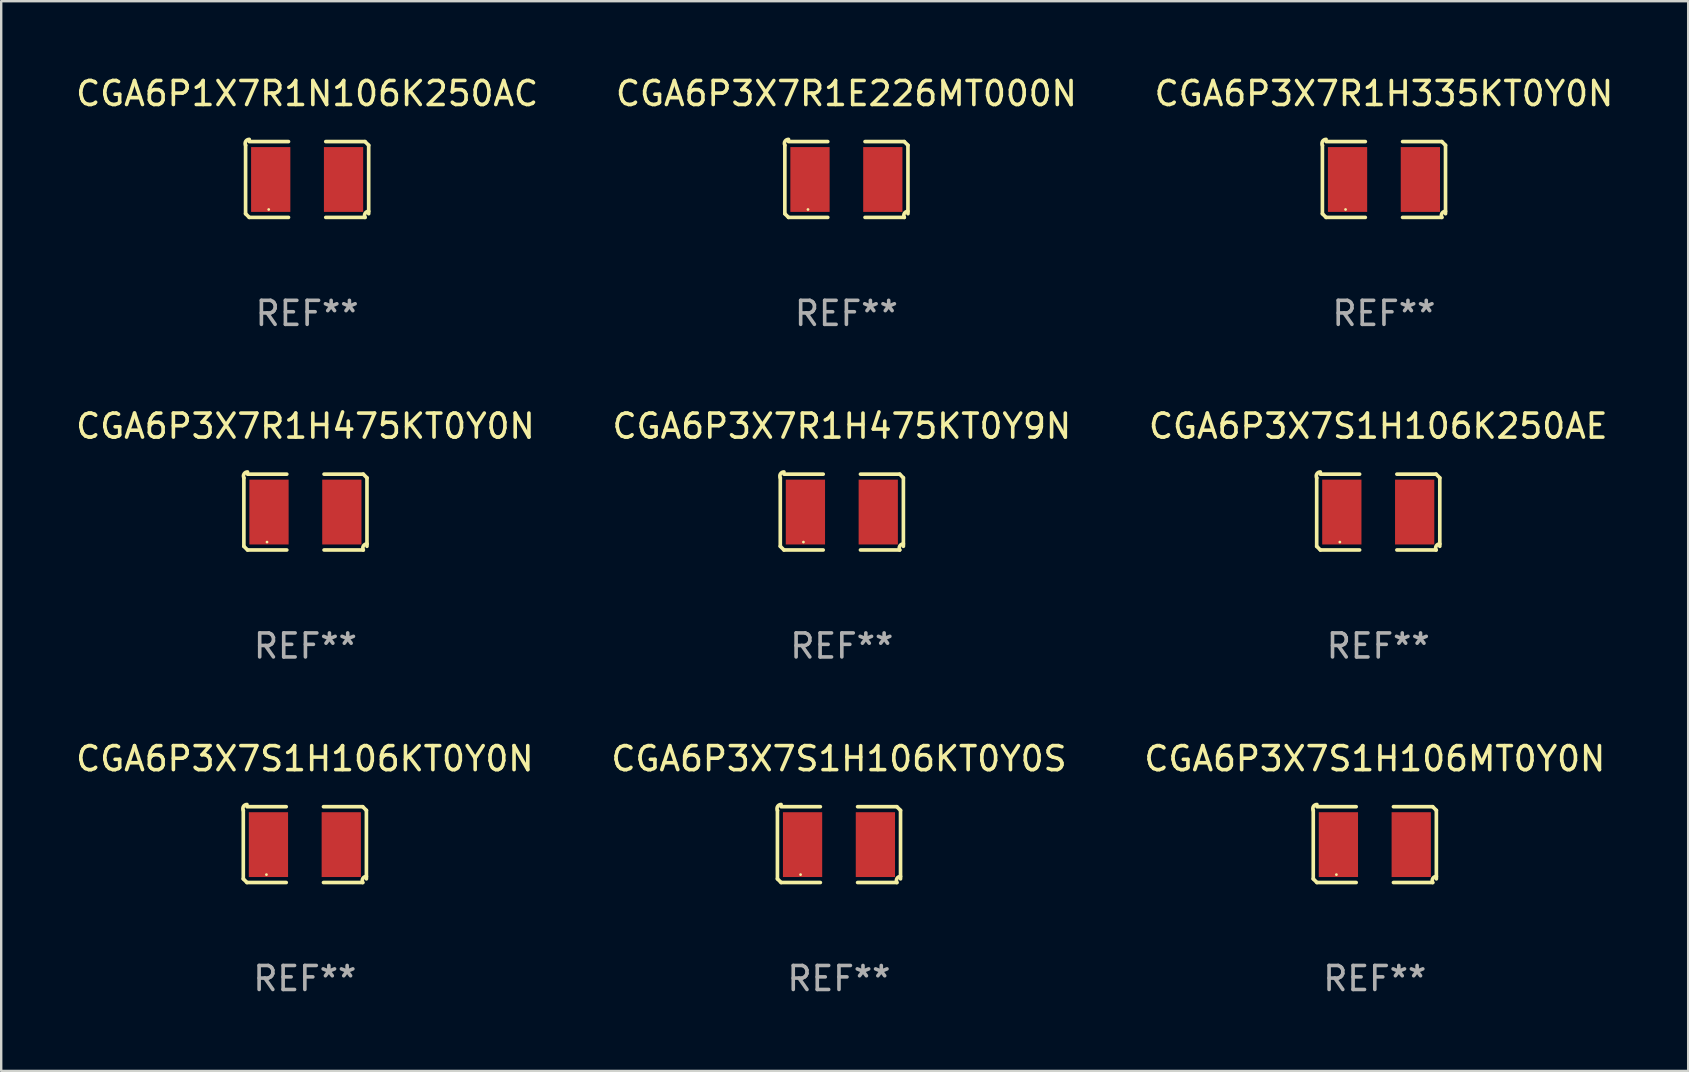
<source format=kicad_pcb>
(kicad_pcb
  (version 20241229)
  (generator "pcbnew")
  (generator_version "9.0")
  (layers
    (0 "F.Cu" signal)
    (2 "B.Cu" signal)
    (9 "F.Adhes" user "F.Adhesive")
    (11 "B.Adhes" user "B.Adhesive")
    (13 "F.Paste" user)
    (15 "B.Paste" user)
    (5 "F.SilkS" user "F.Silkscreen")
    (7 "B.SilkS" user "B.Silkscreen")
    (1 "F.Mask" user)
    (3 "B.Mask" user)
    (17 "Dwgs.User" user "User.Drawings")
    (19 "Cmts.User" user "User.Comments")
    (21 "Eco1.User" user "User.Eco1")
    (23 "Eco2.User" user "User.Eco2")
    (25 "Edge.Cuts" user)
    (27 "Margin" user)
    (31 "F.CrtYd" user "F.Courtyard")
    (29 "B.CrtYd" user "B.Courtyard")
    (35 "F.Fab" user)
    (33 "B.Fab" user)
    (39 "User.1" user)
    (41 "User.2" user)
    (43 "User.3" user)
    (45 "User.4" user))
  (footprint "CGA6P3X7S1H106MT0Y0N"
    (layer "F.Cu")
    (at 54.22 32.134)
    (property "Reference" "CGA6P3X7S1H106MT0Y0N" (at 0 -3.579 0) (layer "F.SilkS") (effects (font (size 1 1) (thickness 0.15))))
    (attr through_hole)
    (fp_line (start -2.564 1.426) (end -2.564 -1.426) (stroke (width 0.152) (type solid)) (layer "F.SilkS"))
    (fp_line (start -2.411 -1.579) (end -0.776 -1.579) (stroke (width 0.152) (type solid)) (layer "F.SilkS"))
    (fp_line (start -0.776 1.579) (end -2.411 1.579) (stroke (width 0.152) (type solid)) (layer "F.SilkS"))
    (fp_line (start 0.776 1.579) (end 2.411 1.579) (stroke (width 0.152) (type solid)) (layer "F.SilkS"))
    (fp_line (start 2.411 -1.579) (end 0.776 -1.579) (stroke (width 0.152) (type solid)) (layer "F.SilkS"))
    (fp_line (start 2.564 1.426) (end 2.564 -1.426) (stroke (width 0.152) (type solid)) (layer "F.SilkS"))
    (fp_arc (start -2.563602 -1.426213) (mid -2.555597 -1.591233) (end -2.411201 -1.671518) (stroke (width 0.1524) (type solid)) (layer "F.SilkS"))
    (fp_arc (start -2.5636 1.426214) (mid -2.487389 1.502402) (end -2.411201 1.578613) (stroke (width 0.1524) (type solid)) (layer "F.SilkS"))
    (fp_arc (start 2.411197 -1.578618) (mid 2.487403 -1.502419) (end 2.563602 -1.426213) (stroke (width 0.1524) (type solid)) (layer "F.SilkS"))
    (fp_arc (start 2.411201 1.578613) (mid 2.416214 1.409455) (end 2.563602 1.32629) (stroke (width 0.1524) (type solid)) (layer "F.SilkS"))
    (fp_circle (center -1.6 1.25) (end -1.57 1.25) (stroke (width 0.06) (type solid)) (fill no) (layer "F.SilkS"))
    (fp_text user "REF**" (at 0 5.579 0) (layer "F.Fab") (effects (font (size 1 1) (thickness 0.15))))
    (pad "1" smd rect (at -1.517 0) (size 1.635 2.7) (layers "F.Cu" "F.Mask" "F.Paste"))
    (pad "2" smd rect (at 1.517 0) (size 1.635 2.7) (layers "F.Cu" "F.Mask" "F.Paste")))
  (footprint "CGA6P3X7S1H106K250AE"
    (layer "F.Cu")
    (at 54.363 18.281)
    (property "Reference" "CGA6P3X7S1H106K250AE" (at 0 -3.579 0) (layer "F.SilkS") (effects (font (size 1 1) (thickness 0.15))))
    (attr through_hole)
    (fp_line (start -2.564 1.426) (end -2.564 -1.426) (stroke (width 0.152) (type solid)) (layer "F.SilkS"))
    (fp_line (start -2.411 -1.579) (end -0.776 -1.579) (stroke (width 0.152) (type solid)) (layer "F.SilkS"))
    (fp_line (start -0.776 1.579) (end -2.411 1.579) (stroke (width 0.152) (type solid)) (layer "F.SilkS"))
    (fp_line (start 0.776 1.579) (end 2.411 1.579) (stroke (width 0.152) (type solid)) (layer "F.SilkS"))
    (fp_line (start 2.411 -1.579) (end 0.776 -1.579) (stroke (width 0.152) (type solid)) (layer "F.SilkS"))
    (fp_line (start 2.564 1.426) (end 2.564 -1.426) (stroke (width 0.152) (type solid)) (layer "F.SilkS"))
    (fp_arc (start -2.563602 -1.426213) (mid -2.555597 -1.591233) (end -2.411201 -1.671518) (stroke (width 0.1524) (type solid)) (layer "F.SilkS"))
    (fp_arc (start -2.5636 1.426214) (mid -2.487389 1.502402) (end -2.411201 1.578613) (stroke (width 0.1524) (type solid)) (layer "F.SilkS"))
    (fp_arc (start 2.411197 -1.578618) (mid 2.487403 -1.502419) (end 2.563602 -1.426213) (stroke (width 0.1524) (type solid)) (layer "F.SilkS"))
    (fp_arc (start 2.411201 1.578613) (mid 2.416214 1.409455) (end 2.563602 1.32629) (stroke (width 0.1524) (type solid)) (layer "F.SilkS"))
    (fp_circle (center -1.6 1.25) (end -1.57 1.25) (stroke (width 0.06) (type solid)) (fill no) (layer "F.SilkS"))
    (fp_text user "REF**" (at 0 5.579 0) (layer "F.Fab") (effects (font (size 1 1) (thickness 0.15))))
    (pad "1" smd rect (at -1.517 0) (size 1.635 2.7) (layers "F.Cu" "F.Mask" "F.Paste"))
    (pad "2" smd rect (at 1.517 0) (size 1.635 2.7) (layers "F.Cu" "F.Mask" "F.Paste")))
  (footprint "CGA6P3X7R1H475KT0Y0N"
    (layer "F.Cu")
    (at 9.673 18.281)
    (property "Reference" "CGA6P3X7R1H475KT0Y0N" (at 0 -3.579 0) (layer "F.SilkS") (effects (font (size 1 1) (thickness 0.15))))
    (attr through_hole)
    (fp_line (start -2.564 1.426) (end -2.564 -1.426) (stroke (width 0.152) (type solid)) (layer "F.SilkS"))
    (fp_line (start -2.411 -1.579) (end -0.776 -1.579) (stroke (width 0.152) (type solid)) (layer "F.SilkS"))
    (fp_line (start -0.776 1.579) (end -2.411 1.579) (stroke (width 0.152) (type solid)) (layer "F.SilkS"))
    (fp_line (start 0.776 1.579) (end 2.411 1.579) (stroke (width 0.152) (type solid)) (layer "F.SilkS"))
    (fp_line (start 2.411 -1.579) (end 0.776 -1.579) (stroke (width 0.152) (type solid)) (layer "F.SilkS"))
    (fp_line (start 2.564 1.426) (end 2.564 -1.426) (stroke (width 0.152) (type solid)) (layer "F.SilkS"))
    (fp_arc (start -2.563602 -1.426213) (mid -2.555597 -1.591233) (end -2.411201 -1.671518) (stroke (width 0.1524) (type solid)) (layer "F.SilkS"))
    (fp_arc (start -2.5636 1.426214) (mid -2.487389 1.502402) (end -2.411201 1.578613) (stroke (width 0.1524) (type solid)) (layer "F.SilkS"))
    (fp_arc (start 2.411197 -1.578618) (mid 2.487403 -1.502419) (end 2.563602 -1.426213) (stroke (width 0.1524) (type solid)) (layer "F.SilkS"))
    (fp_arc (start 2.411201 1.578613) (mid 2.416214 1.409455) (end 2.563602 1.32629) (stroke (width 0.1524) (type solid)) (layer "F.SilkS"))
    (fp_circle (center -1.6 1.25) (end -1.57 1.25) (stroke (width 0.06) (type solid)) (fill no) (layer "F.SilkS"))
    (fp_text user "REF**" (at 0 5.579 0) (layer "F.Fab") (effects (font (size 1 1) (thickness 0.15))))
    (pad "1" smd rect (at -1.517 0) (size 1.635 2.7) (layers "F.Cu" "F.Mask" "F.Paste"))
    (pad "2" smd rect (at 1.517 0) (size 1.635 2.7) (layers "F.Cu" "F.Mask" "F.Paste")))
  (footprint "CGA6P3X7R1E226MT000N"
    (layer "F.Cu")
    (at 32.208 4.427)
    (property "Reference" "CGA6P3X7R1E226MT000N" (at 0 -3.579 0) (layer "F.SilkS") (effects (font (size 1 1) (thickness 0.15))))
    (attr through_hole)
    (fp_line (start -2.564 1.426) (end -2.564 -1.426) (stroke (width 0.152) (type solid)) (layer "F.SilkS"))
    (fp_line (start -2.411 -1.579) (end -0.776 -1.579) (stroke (width 0.152) (type solid)) (layer "F.SilkS"))
    (fp_line (start -0.776 1.579) (end -2.411 1.579) (stroke (width 0.152) (type solid)) (layer "F.SilkS"))
    (fp_line (start 0.776 1.579) (end 2.411 1.579) (stroke (width 0.152) (type solid)) (layer "F.SilkS"))
    (fp_line (start 2.411 -1.579) (end 0.776 -1.579) (stroke (width 0.152) (type solid)) (layer "F.SilkS"))
    (fp_line (start 2.564 1.426) (end 2.564 -1.426) (stroke (width 0.152) (type solid)) (layer "F.SilkS"))
    (fp_arc (start -2.563602 -1.426213) (mid -2.555597 -1.591233) (end -2.411201 -1.671518) (stroke (width 0.1524) (type solid)) (layer "F.SilkS"))
    (fp_arc (start -2.5636 1.426214) (mid -2.487389 1.502402) (end -2.411201 1.578613) (stroke (width 0.1524) (type solid)) (layer "F.SilkS"))
    (fp_arc (start 2.411197 -1.578618) (mid 2.487403 -1.502419) (end 2.563602 -1.426213) (stroke (width 0.1524) (type solid)) (layer "F.SilkS"))
    (fp_arc (start 2.411201 1.578613) (mid 2.416214 1.409455) (end 2.563602 1.32629) (stroke (width 0.1524) (type solid)) (layer "F.SilkS"))
    (fp_circle (center -1.6 1.25) (end -1.57 1.25) (stroke (width 0.06) (type solid)) (fill no) (layer "F.SilkS"))
    (fp_text user "REF**" (at 0 5.579 0) (layer "F.Fab") (effects (font (size 1 1) (thickness 0.15))))
    (pad "1" smd rect (at -1.517 0) (size 1.635 2.7) (layers "F.Cu" "F.Mask" "F.Paste"))
    (pad "2" smd rect (at 1.517 0) (size 1.635 2.7) (layers "F.Cu" "F.Mask" "F.Paste")))
  (footprint "CGA6P3X7S1H106KT0Y0N"
    (layer "F.Cu")
    (at 9.649 32.134)
    (property "Reference" "CGA6P3X7S1H106KT0Y0N" (at 0 -3.579 0) (layer "F.SilkS") (effects (font (size 1 1) (thickness 0.15))))
    (attr through_hole)
    (fp_line (start -2.564 1.426) (end -2.564 -1.426) (stroke (width 0.152) (type solid)) (layer "F.SilkS"))
    (fp_line (start -2.411 -1.579) (end -0.776 -1.579) (stroke (width 0.152) (type solid)) (layer "F.SilkS"))
    (fp_line (start -0.776 1.579) (end -2.411 1.579) (stroke (width 0.152) (type solid)) (layer "F.SilkS"))
    (fp_line (start 0.776 1.579) (end 2.411 1.579) (stroke (width 0.152) (type solid)) (layer "F.SilkS"))
    (fp_line (start 2.411 -1.579) (end 0.776 -1.579) (stroke (width 0.152) (type solid)) (layer "F.SilkS"))
    (fp_line (start 2.564 1.426) (end 2.564 -1.426) (stroke (width 0.152) (type solid)) (layer "F.SilkS"))
    (fp_arc (start -2.563602 -1.426213) (mid -2.555597 -1.591233) (end -2.411201 -1.671518) (stroke (width 0.1524) (type solid)) (layer "F.SilkS"))
    (fp_arc (start -2.5636 1.426214) (mid -2.487389 1.502402) (end -2.411201 1.578613) (stroke (width 0.1524) (type solid)) (layer "F.SilkS"))
    (fp_arc (start 2.411197 -1.578618) (mid 2.487403 -1.502419) (end 2.563602 -1.426213) (stroke (width 0.1524) (type solid)) (layer "F.SilkS"))
    (fp_arc (start 2.411201 1.578613) (mid 2.416214 1.409455) (end 2.563602 1.32629) (stroke (width 0.1524) (type solid)) (layer "F.SilkS"))
    (fp_circle (center -1.6 1.25) (end -1.57 1.25) (stroke (width 0.06) (type solid)) (fill no) (layer "F.SilkS"))
    (fp_text user "REF**" (at 0 5.579 0) (layer "F.Fab") (effects (font (size 1 1) (thickness 0.15))))
    (pad "1" smd rect (at -1.517 0) (size 1.635 2.7) (layers "F.Cu" "F.Mask" "F.Paste"))
    (pad "2" smd rect (at 1.517 0) (size 1.635 2.7) (layers "F.Cu" "F.Mask" "F.Paste")))
  (footprint "CGA6P3X7R1H475KT0Y9N"
    (layer "F.Cu")
    (at 32.018 18.281)
    (property "Reference" "CGA6P3X7R1H475KT0Y9N" (at 0 -3.579 0) (layer "F.SilkS") (effects (font (size 1 1) (thickness 0.15))))
    (attr through_hole)
    (fp_line (start -2.564 1.426) (end -2.564 -1.426) (stroke (width 0.152) (type solid)) (layer "F.SilkS"))
    (fp_line (start -2.411 -1.579) (end -0.776 -1.579) (stroke (width 0.152) (type solid)) (layer "F.SilkS"))
    (fp_line (start -0.776 1.579) (end -2.411 1.579) (stroke (width 0.152) (type solid)) (layer "F.SilkS"))
    (fp_line (start 0.776 1.579) (end 2.411 1.579) (stroke (width 0.152) (type solid)) (layer "F.SilkS"))
    (fp_line (start 2.411 -1.579) (end 0.776 -1.579) (stroke (width 0.152) (type solid)) (layer "F.SilkS"))
    (fp_line (start 2.564 1.426) (end 2.564 -1.426) (stroke (width 0.152) (type solid)) (layer "F.SilkS"))
    (fp_arc (start -2.563602 -1.426213) (mid -2.555597 -1.591233) (end -2.411201 -1.671518) (stroke (width 0.1524) (type solid)) (layer "F.SilkS"))
    (fp_arc (start -2.5636 1.426214) (mid -2.487389 1.502402) (end -2.411201 1.578613) (stroke (width 0.1524) (type solid)) (layer "F.SilkS"))
    (fp_arc (start 2.411197 -1.578618) (mid 2.487403 -1.502419) (end 2.563602 -1.426213) (stroke (width 0.1524) (type solid)) (layer "F.SilkS"))
    (fp_arc (start 2.411201 1.578613) (mid 2.416214 1.409455) (end 2.563602 1.32629) (stroke (width 0.1524) (type solid)) (layer "F.SilkS"))
    (fp_circle (center -1.6 1.25) (end -1.57 1.25) (stroke (width 0.06) (type solid)) (fill no) (layer "F.SilkS"))
    (fp_text user "REF**" (at 0 5.579 0) (layer "F.Fab") (effects (font (size 1 1) (thickness 0.15))))
    (pad "1" smd rect (at -1.517 0) (size 1.635 2.7) (layers "F.Cu" "F.Mask" "F.Paste"))
    (pad "2" smd rect (at 1.517 0) (size 1.635 2.7) (layers "F.Cu" "F.Mask" "F.Paste")))
  (footprint "CGA6P3X7R1H335KT0Y0N"
    (layer "F.Cu")
    (at 54.601 4.427)
    (property "Reference" "CGA6P3X7R1H335KT0Y0N" (at 0 -3.579 0) (layer "F.SilkS") (effects (font (size 1 1) (thickness 0.15))))
    (attr through_hole)
    (fp_line (start -2.564 1.426) (end -2.564 -1.426) (stroke (width 0.152) (type solid)) (layer "F.SilkS"))
    (fp_line (start -2.411 -1.579) (end -0.776 -1.579) (stroke (width 0.152) (type solid)) (layer "F.SilkS"))
    (fp_line (start -0.776 1.579) (end -2.411 1.579) (stroke (width 0.152) (type solid)) (layer "F.SilkS"))
    (fp_line (start 0.776 1.579) (end 2.411 1.579) (stroke (width 0.152) (type solid)) (layer "F.SilkS"))
    (fp_line (start 2.411 -1.579) (end 0.776 -1.579) (stroke (width 0.152) (type solid)) (layer "F.SilkS"))
    (fp_line (start 2.564 1.426) (end 2.564 -1.426) (stroke (width 0.152) (type solid)) (layer "F.SilkS"))
    (fp_arc (start -2.563602 -1.426213) (mid -2.555597 -1.591233) (end -2.411201 -1.671518) (stroke (width 0.1524) (type solid)) (layer "F.SilkS"))
    (fp_arc (start -2.5636 1.426214) (mid -2.487389 1.502402) (end -2.411201 1.578613) (stroke (width 0.1524) (type solid)) (layer "F.SilkS"))
    (fp_arc (start 2.411197 -1.578618) (mid 2.487403 -1.502419) (end 2.563602 -1.426213) (stroke (width 0.1524) (type solid)) (layer "F.SilkS"))
    (fp_arc (start 2.411201 1.578613) (mid 2.416214 1.409455) (end 2.563602 1.32629) (stroke (width 0.1524) (type solid)) (layer "F.SilkS"))
    (fp_circle (center -1.6 1.25) (end -1.57 1.25) (stroke (width 0.06) (type solid)) (fill no) (layer "F.SilkS"))
    (fp_text user "REF**" (at 0 5.579 0) (layer "F.Fab") (effects (font (size 1 1) (thickness 0.15))))
    (pad "1" smd rect (at -1.517 0) (size 1.635 2.7) (layers "F.Cu" "F.Mask" "F.Paste"))
    (pad "2" smd rect (at 1.517 0) (size 1.635 2.7) (layers "F.Cu" "F.Mask" "F.Paste")))
  (footprint "CGA6P1X7R1N106K250AC"
    (layer "F.Cu")
    (at 9.744 4.427)
    (property "Reference" "CGA6P1X7R1N106K250AC" (at 0 -3.579 0) (layer "F.SilkS") (effects (font (size 1 1) (thickness 0.15))))
    (attr through_hole)
    (fp_line (start -2.564 1.426) (end -2.564 -1.426) (stroke (width 0.152) (type solid)) (layer "F.SilkS"))
    (fp_line (start -2.411 -1.579) (end -0.776 -1.579) (stroke (width 0.152) (type solid)) (layer "F.SilkS"))
    (fp_line (start -0.776 1.579) (end -2.411 1.579) (stroke (width 0.152) (type solid)) (layer "F.SilkS"))
    (fp_line (start 0.776 1.579) (end 2.411 1.579) (stroke (width 0.152) (type solid)) (layer "F.SilkS"))
    (fp_line (start 2.411 -1.579) (end 0.776 -1.579) (stroke (width 0.152) (type solid)) (layer "F.SilkS"))
    (fp_line (start 2.564 1.426) (end 2.564 -1.426) (stroke (width 0.152) (type solid)) (layer "F.SilkS"))
    (fp_arc (start -2.563602 -1.426213) (mid -2.555597 -1.591233) (end -2.411201 -1.671518) (stroke (width 0.1524) (type solid)) (layer "F.SilkS"))
    (fp_arc (start -2.5636 1.426214) (mid -2.487389 1.502402) (end -2.411201 1.578613) (stroke (width 0.1524) (type solid)) (layer "F.SilkS"))
    (fp_arc (start 2.411197 -1.578618) (mid 2.487403 -1.502419) (end 2.563602 -1.426213) (stroke (width 0.1524) (type solid)) (layer "F.SilkS"))
    (fp_arc (start 2.411201 1.578613) (mid 2.416214 1.409455) (end 2.563602 1.32629) (stroke (width 0.1524) (type solid)) (layer "F.SilkS"))
    (fp_circle (center -1.6 1.25) (end -1.57 1.25) (stroke (width 0.06) (type solid)) (fill no) (layer "F.SilkS"))
    (fp_text user "REF**" (at 0 5.579 0) (layer "F.Fab") (effects (font (size 1 1) (thickness 0.15))))
    (pad "1" smd rect (at -1.517 0) (size 1.635 2.7) (layers "F.Cu" "F.Mask" "F.Paste"))
    (pad "2" smd rect (at 1.517 0) (size 1.635 2.7) (layers "F.Cu" "F.Mask" "F.Paste")))
  (footprint "CGA6P3X7S1H106KT0Y0S"
    (layer "F.Cu")
    (at 31.899 32.134)
    (property "Reference" "CGA6P3X7S1H106KT0Y0S" (at 0 -3.579 0) (layer "F.SilkS") (effects (font (size 1 1) (thickness 0.15))))
    (attr through_hole)
    (fp_line (start -2.564 1.426) (end -2.564 -1.426) (stroke (width 0.152) (type solid)) (layer "F.SilkS"))
    (fp_line (start -2.411 -1.579) (end -0.776 -1.579) (stroke (width 0.152) (type solid)) (layer "F.SilkS"))
    (fp_line (start -0.776 1.579) (end -2.411 1.579) (stroke (width 0.152) (type solid)) (layer "F.SilkS"))
    (fp_line (start 0.776 1.579) (end 2.411 1.579) (stroke (width 0.152) (type solid)) (layer "F.SilkS"))
    (fp_line (start 2.411 -1.579) (end 0.776 -1.579) (stroke (width 0.152) (type solid)) (layer "F.SilkS"))
    (fp_line (start 2.564 1.426) (end 2.564 -1.426) (stroke (width 0.152) (type solid)) (layer "F.SilkS"))
    (fp_arc (start -2.563602 -1.426213) (mid -2.555597 -1.591233) (end -2.411201 -1.671518) (stroke (width 0.1524) (type solid)) (layer "F.SilkS"))
    (fp_arc (start -2.5636 1.426214) (mid -2.487389 1.502402) (end -2.411201 1.578613) (stroke (width 0.1524) (type solid)) (layer "F.SilkS"))
    (fp_arc (start 2.411197 -1.578618) (mid 2.487403 -1.502419) (end 2.563602 -1.426213) (stroke (width 0.1524) (type solid)) (layer "F.SilkS"))
    (fp_arc (start 2.411201 1.578613) (mid 2.416214 1.409455) (end 2.563602 1.32629) (stroke (width 0.1524) (type solid)) (layer "F.SilkS"))
    (fp_circle (center -1.6 1.25) (end -1.57 1.25) (stroke (width 0.06) (type solid)) (fill no) (layer "F.SilkS"))
    (fp_text user "REF**" (at 0 5.579 0) (layer "F.Fab") (effects (font (size 1 1) (thickness 0.15))))
    (pad "1" smd rect (at -1.517 0) (size 1.635 2.7) (layers "F.Cu" "F.Mask" "F.Paste"))
    (pad "2" smd rect (at 1.517 0) (size 1.635 2.7) (layers "F.Cu" "F.Mask" "F.Paste")))
  (gr_rect
    (start -3 -3)
    (end 67.274 41.561)
    (stroke (width 0.1) (type default))
    (fill no)
    (layer "Edge.Cuts")))
</source>
